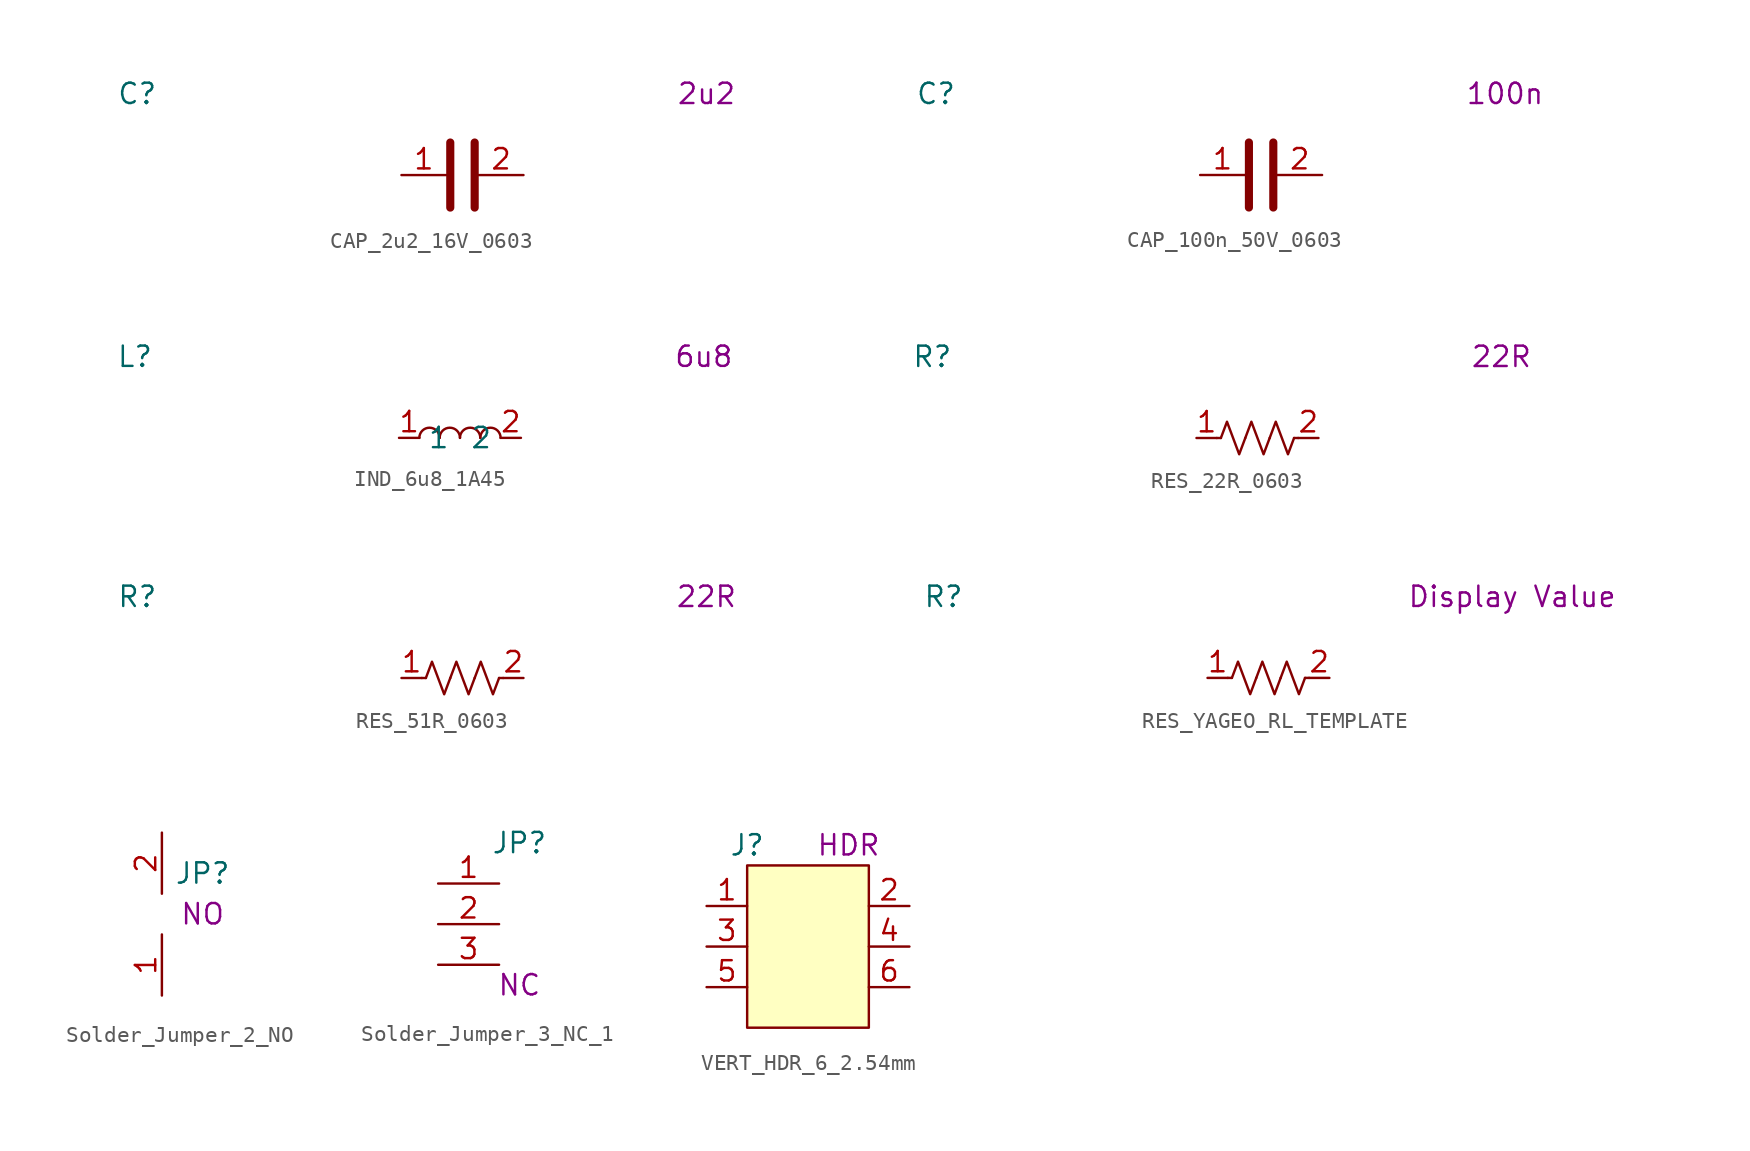
<source format=kicad_sym>
(kicad_symbol_lib
  (version 20231120)
  (generator "kicad_symbol_editor")
  (generator_version "8.0")
  (symbol "CAP_2u2_16V_0603"
    (property "Reference" "C"
      (at -20.32 5.08 0)
      (effects (font (size 1.27 1.27))))
    (property "Display Value" "2u2"
      (at 15.24 5.08 0)
      (effects (font (size 1.27 1.27))))
    (symbol "CAP_2u2_16V_0603_0_1"
      (polyline (pts (xy -0.762 -2.032) (xy -0.762 2.032)) (stroke (width 0.508) (type default)) (fill (type none)))
      (polyline (pts (xy 0.762 -2.032) (xy 0.762 2.032)) (stroke (width 0.508) (type default)) (fill (type none))))
    (symbol "CAP_2u2_16V_0603_1_1"
      (pin passive line (at -3.81 0 0) (length 2.794) (name "~" (effects (font (size 1.27 1.27)))) (number "1" (effects (font (size 1.27 1.27)))))
      (pin passive line (at 3.81 0 180) (length 2.794) (name "~" (effects (font (size 1.27 1.27)))) (number "2" (effects (font (size 1.27 1.27)))))))
  (symbol "CAP_100n_50V_0603"
    (property "Reference" "C"
      (at -20.32 5.08 0)
      (effects (font (size 1.27 1.27))))
    (property "Display Value" "100n"
      (at 15.24 5.08 0)
      (effects (font (size 1.27 1.27))))
    (symbol "CAP_100n_50V_0603_0_1"
      (polyline (pts (xy -0.762 -2.032) (xy -0.762 2.032)) (stroke (width 0.508) (type default)) (fill (type none)))
      (polyline (pts (xy 0.762 -2.032) (xy 0.762 2.032)) (stroke (width 0.508) (type default)) (fill (type none))))
    (symbol "CAP_100n_50V_0603_1_1"
      (pin passive line (at -3.81 0 0) (length 2.794) (name "~" (effects (font (size 1.27 1.27)))) (number "1" (effects (font (size 1.27 1.27)))))
      (pin passive line (at 3.81 0 180) (length 2.794) (name "~" (effects (font (size 1.27 1.27)))) (number "2" (effects (font (size 1.27 1.27)))))))
  (symbol "IND_6u8_1A45"
    (property "Reference" "L"
      (at -20.32 5.08 0)
      (effects (font (size 1.27 1.27))))
    (property "Display Value" "6u8"
      (at 15.24 5.08 0)
      (effects (font (size 1.27 1.27))))
    (symbol "IND_6u8_1A45_0_1"
      (arc (start -1.27 0) (mid -1.905 0.6323) (end -2.54 0) (stroke (width 0) (type default)) (fill (type none)))
      (arc (start 0 0) (mid -0.635 0.6323) (end -1.27 0) (stroke (width 0) (type default)) (fill (type none)))
      (arc (start 1.27 0) (mid 0.635 0.6323) (end 0 0) (stroke (width 0) (type default)) (fill (type none)))
      (arc (start 2.54 0) (mid 1.905 0.6323) (end 1.27 0) (stroke (width 0) (type default)) (fill (type none))))
    (symbol "IND_6u8_1A45_1_1"
      (pin passive line (at -3.81 0 0) (length 1.27) (name "1" (effects (font (size 1.27 1.27)))) (number "1" (effects (font (size 1.27 1.27)))))
      (pin passive line (at 3.81 0 180) (length 1.27) (name "2" (effects (font (size 1.27 1.27)))) (number "2" (effects (font (size 1.27 1.27)))))))
  (symbol "RES_22R_0603"
    (property "Reference" "R"
      (at -20.32 5.08 0)
      (effects (font (size 1.27 1.27))))
    (property "Display Value" "22R"
      (at 15.24 5.08 0)
      (effects (font (size 1.27 1.27))))
    (symbol "RES_22R_0603_0_1"
      (polyline (pts (xy -2.286 0) (xy -2.54 0)) (stroke (width 0) (type default)) (fill (type none)))
      (polyline (pts (xy 2.286 0) (xy 2.54 0)) (stroke (width 0) (type default)) (fill (type none)))
      (polyline (pts (xy -2.286 0) (xy -1.905 1.016) (xy -1.524 0) (xy -1.143 -1.016) (xy -0.762 0)) (stroke (width 0) (type default)) (fill (type none)))
      (polyline (pts (xy -0.762 0) (xy -0.381 1.016) (xy 0 0) (xy 0.381 -1.016) (xy 0.762 0)) (stroke (width 0) (type default)) (fill (type none)))
      (polyline (pts (xy 0.762 0) (xy 1.143 1.016) (xy 1.524 0) (xy 1.905 -1.016) (xy 2.286 0)) (stroke (width 0) (type default)) (fill (type none))))
    (symbol "RES_22R_0603_1_1"
      (pin passive line (at -3.81 0 0) (length 1.27) (name "~" (effects (font (size 1.27 1.27)))) (number "1" (effects (font (size 1.27 1.27)))))
      (pin passive line (at 3.81 0 180) (length 1.27) (name "~" (effects (font (size 1.27 1.27)))) (number "2" (effects (font (size 1.27 1.27)))))))
  (symbol "RES_51R_0603"
    (property "Reference" "R"
      (at -20.32 5.08 0)
      (effects (font (size 1.27 1.27))))
    (property "Display Value" "22R"
      (at 15.24 5.08 0)
      (effects (font (size 1.27 1.27))))
    (symbol "RES_51R_0603_0_1"
      (polyline (pts (xy -2.286 0) (xy -2.54 0)) (stroke (width 0) (type default)) (fill (type none)))
      (polyline (pts (xy 2.286 0) (xy 2.54 0)) (stroke (width 0) (type default)) (fill (type none)))
      (polyline (pts (xy -2.286 0) (xy -1.905 1.016) (xy -1.524 0) (xy -1.143 -1.016) (xy -0.762 0)) (stroke (width 0) (type default)) (fill (type none)))
      (polyline (pts (xy -0.762 0) (xy -0.381 1.016) (xy 0 0) (xy 0.381 -1.016) (xy 0.762 0)) (stroke (width 0) (type default)) (fill (type none)))
      (polyline (pts (xy 0.762 0) (xy 1.143 1.016) (xy 1.524 0) (xy 1.905 -1.016) (xy 2.286 0)) (stroke (width 0) (type default)) (fill (type none))))
    (symbol "RES_51R_0603_1_1"
      (pin passive line (at -3.81 0 0) (length 1.27) (name "~" (effects (font (size 1.27 1.27)))) (number "1" (effects (font (size 1.27 1.27)))))
      (pin passive line (at 3.81 0 180) (length 1.27) (name "~" (effects (font (size 1.27 1.27)))) (number "2" (effects (font (size 1.27 1.27)))))))
  (symbol "RES_YAGEO_RL_TEMPLATE"
    (property "Reference" "R"
      (at -20.32 5.08 0)
      (effects (font (size 1.27 1.27))))
    (property "Display Value" "Display Value"
      (at 15.24 5.08 0)
      (effects (font (size 1.27 1.27))))
    (symbol "RES_YAGEO_RL_TEMPLATE_0_1"
      (polyline (pts (xy -2.286 0) (xy -2.54 0)) (stroke (width 0) (type default)) (fill (type none)))
      (polyline (pts (xy 2.286 0) (xy 2.54 0)) (stroke (width 0) (type default)) (fill (type none)))
      (polyline (pts (xy -2.286 0) (xy -1.905 1.016) (xy -1.524 0) (xy -1.143 -1.016) (xy -0.762 0)) (stroke (width 0) (type default)) (fill (type none)))
      (polyline (pts (xy -0.762 0) (xy -0.381 1.016) (xy 0 0) (xy 0.381 -1.016) (xy 0.762 0)) (stroke (width 0) (type default)) (fill (type none)))
      (polyline (pts (xy 0.762 0) (xy 1.143 1.016) (xy 1.524 0) (xy 1.905 -1.016) (xy 2.286 0)) (stroke (width 0) (type default)) (fill (type none))))
    (symbol "RES_YAGEO_RL_TEMPLATE_1_1"
      (pin passive line (at -3.81 0 0) (length 1.27) (name "~" (effects (font (size 1.27 1.27)))) (number "1" (effects (font (size 1.27 1.27)))))
      (pin passive line (at 3.81 0 180) (length 1.27) (name "~" (effects (font (size 1.27 1.27)))) (number "2" (effects (font (size 1.27 1.27)))))))
  (symbol "Solder_Jumper_2_NO"
    (property "Reference" "JP"
      (at 2.54 2.54 0)
      (effects (font (size 1.27 1.27))))
    (property "Display Value" "NO"
      (at 2.54 0 0)
      (effects (font (size 1.27 1.27))))
    (symbol "Solder_Jumper_2_NO_1_1"
      (pin unspecified line (at 0 -5.08 90) (length 3.81) (name "" (effects (font (size 1.27 1.27)))) (number "1" (effects (font (size 1.27 1.27)))))
      (pin unspecified line (at 0 5.08 270) (length 3.81) (name "" (effects (font (size 1.27 1.27)))) (number "2" (effects (font (size 1.27 1.27)))))))
  (symbol "Solder_Jumper_3_NC_1"
    (property "Reference" "JP"
      (at 1.27 5.08 0)
      (effects (font (size 1.27 1.27))))
    (property "Display Value" "NC"
      (at 1.27 -3.81 0)
      (effects (font (size 1.27 1.27))))
    (symbol "Solder_Jumper_3_NC_1_1_1"
      (pin unspecified line (at -3.81 2.54 0) (length 3.81) (name "" (effects (font (size 1.27 1.27)))) (number "1" (effects (font (size 1.27 1.27)))))
      (pin unspecified line (at -3.81 0 0) (length 3.81) (name "" (effects (font (size 1.27 1.27)))) (number "2" (effects (font (size 1.27 1.27)))))
      (pin unspecified line (at -3.81 -2.54 0) (length 3.81) (name "" (effects (font (size 1.27 1.27)))) (number "3" (effects (font (size 1.27 1.27)))))))
  (symbol "VERT_HDR_6_2.54mm"
    (property "Reference" "J"
      (at -3.81 3.81 0)
      (effects (font (size 1.27 1.27))))
    (property "Display Value" "HDR"
      (at 2.54 3.81 0)
      (effects (font (size 1.27 1.27))))
    (symbol "VERT_HDR_6_2.54mm_1_1"
      (rectangle (start -3.81 2.54) (end 3.81 -7.62) (stroke (width 0) (type default)) (fill (type background)))
      (pin unspecified line (at -6.35 0 0) (length 2.54) (name "" (effects (font (size 1.27 1.27)))) (number "1" (effects (font (size 1.27 1.27)))))
      (pin unspecified line (at 6.35 0 180) (length 2.54) (name "" (effects (font (size 1.27 1.27)))) (number "2" (effects (font (size 1.27 1.27)))))
      (pin unspecified line (at -6.35 -2.54 0) (length 2.54) (name "" (effects (font (size 1.27 1.27)))) (number "3" (effects (font (size 1.27 1.27)))))
      (pin unspecified line (at 6.35 -2.54 180) (length 2.54) (name "" (effects (font (size 1.27 1.27)))) (number "4" (effects (font (size 1.27 1.27)))))
      (pin unspecified line (at -6.35 -5.08 0) (length 2.54) (name "" (effects (font (size 1.27 1.27)))) (number "5" (effects (font (size 1.27 1.27)))))
      (pin unspecified line (at 6.35 -5.08 180) (length 2.54) (name "" (effects (font (size 1.27 1.27)))) (number "6" (effects (font (size 1.27 1.27))))))))
</source>
